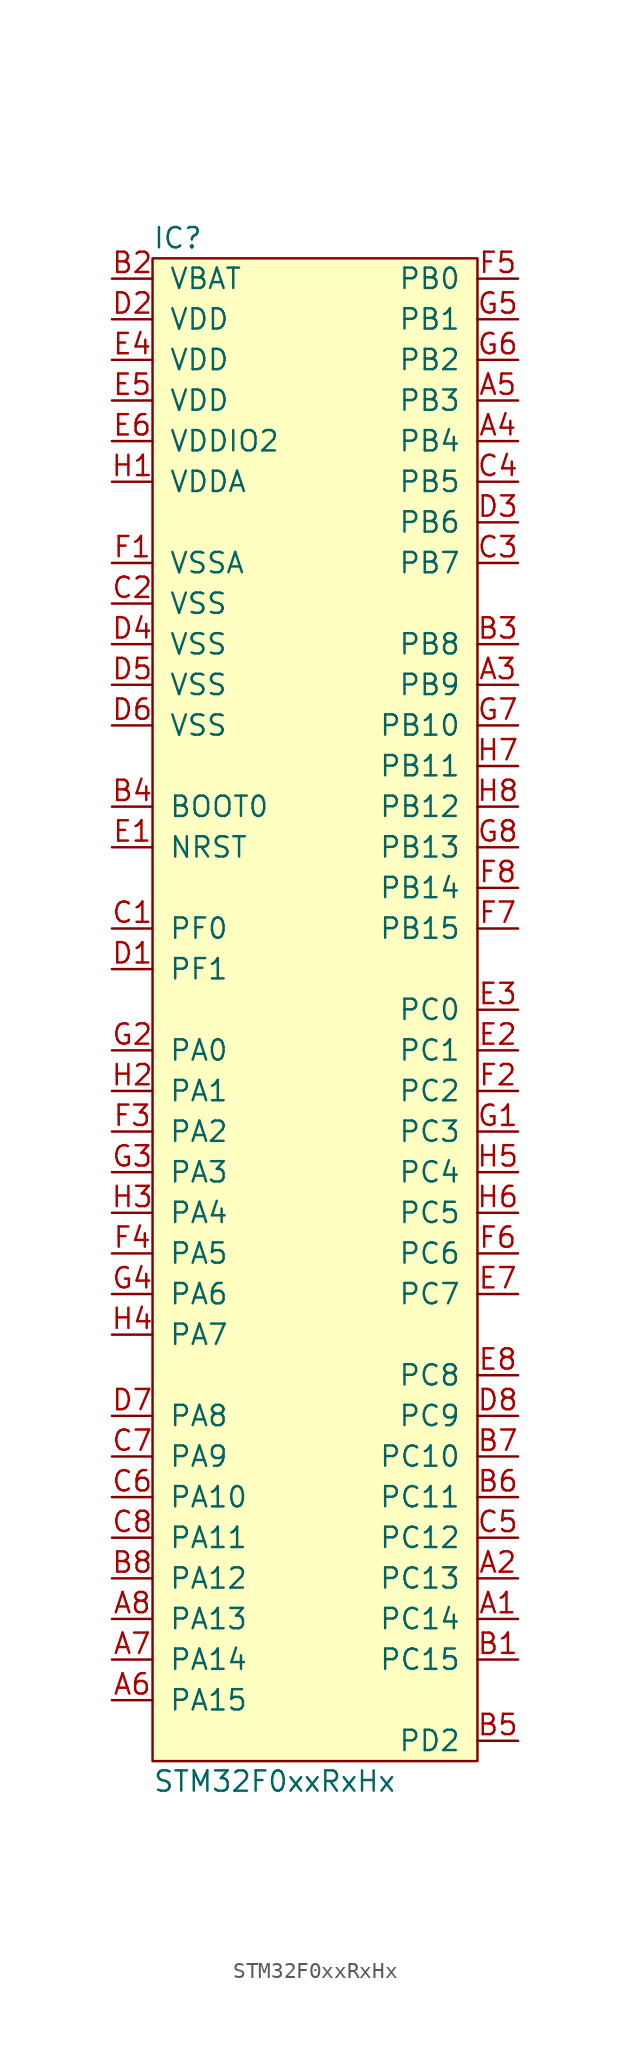
<source format=kicad_sym>
(kicad_symbol_lib
  (version 20211014)
  (generator agg_kicad.build_lib_ic)
  (symbol "STM32F0xxRxHx"
    (pin_names
      (offset 1.016))
    (property Reference IC
      (at -10.16 48.26 0)
      (effects (font (size 1.27 1.27)) (justify left)))
    (property Value "STM32F0xxRxHx"
      (at -10.16 -48.26 0)
      (effects (font (size 1.27 1.27)) (justify left)))
    (symbol "STM32F0xxRxHx_0_0"
      (rectangle (start -10.16 46.99) (end 10.16 -46.99) (stroke (width 0) (type default) (color 0 0 0 0)) (fill (type background)))
      (pin power_in line (at -12.7 45.72 0) (length 2.54) (name VBAT (effects (font (size 1.27 1.27)))) (number "B2" (effects (font (size 1.27 1.27)))))
      (pin power_in line (at -12.7 43.18 0) (length 2.54) (name VDD (effects (font (size 1.27 1.27)))) (number "D2" (effects (font (size 1.27 1.27)))))
      (pin power_in line (at -12.7 40.64 0) (length 2.54) (name VDD (effects (font (size 1.27 1.27)))) (number "E4" (effects (font (size 1.27 1.27)))))
      (pin power_in line (at -12.7 38.1 0) (length 2.54) (name VDD (effects (font (size 1.27 1.27)))) (number "E5" (effects (font (size 1.27 1.27)))))
      (pin power_in line (at -12.7 35.56 0) (length 2.54) (name "VDDIO2" (effects (font (size 1.27 1.27)))) (number "E6" (effects (font (size 1.27 1.27)))))
      (pin power_in line (at -12.7 33.02 0) (length 2.54) (name VDDA (effects (font (size 1.27 1.27)))) (number "H1" (effects (font (size 1.27 1.27)))))
      (pin power_in line (at -12.7 27.94 0) (length 2.54) (name VSSA (effects (font (size 1.27 1.27)))) (number "F1" (effects (font (size 1.27 1.27)))))
      (pin power_in line (at -12.7 25.4 0) (length 2.54) (name VSS (effects (font (size 1.27 1.27)))) (number "C2" (effects (font (size 1.27 1.27)))))
      (pin power_in line (at -12.7 22.86 0) (length 2.54) (name VSS (effects (font (size 1.27 1.27)))) (number "D4" (effects (font (size 1.27 1.27)))))
      (pin power_in line (at -12.7 20.32 0) (length 2.54) (name VSS (effects (font (size 1.27 1.27)))) (number "D5" (effects (font (size 1.27 1.27)))))
      (pin power_in line (at -12.7 17.78 0) (length 2.54) (name VSS (effects (font (size 1.27 1.27)))) (number "D6" (effects (font (size 1.27 1.27)))))
      (pin input line (at -12.7 12.7 0) (length 2.54) (name "BOOT0" (effects (font (size 1.27 1.27)))) (number "B4" (effects (font (size 1.27 1.27)))))
      (pin input line (at -12.7 10.16 0) (length 2.54) (name NRST (effects (font (size 1.27 1.27)))) (number "E1" (effects (font (size 1.27 1.27)))))
      (pin bidirectional line (at -12.7 5.08 0) (length 2.54) (name "PF0" (effects (font (size 1.27 1.27)))) (number "C1" (effects (font (size 1.27 1.27)))))
      (pin bidirectional line (at -12.7 2.54 0) (length 2.54) (name "PF1" (effects (font (size 1.27 1.27)))) (number "D1" (effects (font (size 1.27 1.27)))))
      (pin bidirectional line (at -12.7 -2.54 0) (length 2.54) (name "PA0" (effects (font (size 1.27 1.27)))) (number "G2" (effects (font (size 1.27 1.27)))))
      (pin bidirectional line (at -12.7 -5.08 0) (length 2.54) (name "PA1" (effects (font (size 1.27 1.27)))) (number "H2" (effects (font (size 1.27 1.27)))))
      (pin bidirectional line (at -12.7 -7.62 0) (length 2.54) (name "PA2" (effects (font (size 1.27 1.27)))) (number "F3" (effects (font (size 1.27 1.27)))))
      (pin bidirectional line (at -12.7 -10.16 0) (length 2.54) (name "PA3" (effects (font (size 1.27 1.27)))) (number "G3" (effects (font (size 1.27 1.27)))))
      (pin bidirectional line (at -12.7 -12.7 0) (length 2.54) (name "PA4" (effects (font (size 1.27 1.27)))) (number "H3" (effects (font (size 1.27 1.27)))))
      (pin bidirectional line (at -12.7 -15.24 0) (length 2.54) (name "PA5" (effects (font (size 1.27 1.27)))) (number "F4" (effects (font (size 1.27 1.27)))))
      (pin bidirectional line (at -12.7 -17.78 0) (length 2.54) (name "PA6" (effects (font (size 1.27 1.27)))) (number "G4" (effects (font (size 1.27 1.27)))))
      (pin bidirectional line (at -12.7 -20.32 0) (length 2.54) (name "PA7" (effects (font (size 1.27 1.27)))) (number "H4" (effects (font (size 1.27 1.27)))))
      (pin bidirectional line (at -12.7 -25.4 0) (length 2.54) (name "PA8" (effects (font (size 1.27 1.27)))) (number "D7" (effects (font (size 1.27 1.27)))))
      (pin bidirectional line (at -12.7 -27.94 0) (length 2.54) (name "PA9" (effects (font (size 1.27 1.27)))) (number "C7" (effects (font (size 1.27 1.27)))))
      (pin bidirectional line (at -12.7 -30.48 0) (length 2.54) (name "PA10" (effects (font (size 1.27 1.27)))) (number "C6" (effects (font (size 1.27 1.27)))))
      (pin bidirectional line (at -12.7 -33.02 0) (length 2.54) (name "PA11" (effects (font (size 1.27 1.27)))) (number "C8" (effects (font (size 1.27 1.27)))))
      (pin bidirectional line (at -12.7 -35.56 0) (length 2.54) (name "PA12" (effects (font (size 1.27 1.27)))) (number "B8" (effects (font (size 1.27 1.27)))))
      (pin bidirectional line (at -12.7 -38.1 0) (length 2.54) (name "PA13" (effects (font (size 1.27 1.27)))) (number "A8" (effects (font (size 1.27 1.27)))))
      (pin bidirectional line (at -12.7 -40.64 0) (length 2.54) (name "PA14" (effects (font (size 1.27 1.27)))) (number "A7" (effects (font (size 1.27 1.27)))))
      (pin bidirectional line (at -12.7 -43.18 0) (length 2.54) (name "PA15" (effects (font (size 1.27 1.27)))) (number "A6" (effects (font (size 1.27 1.27)))))
      (pin bidirectional line (at 12.7 45.72 180) (length 2.54) (name "PB0" (effects (font (size 1.27 1.27)))) (number "F5" (effects (font (size 1.27 1.27)))))
      (pin bidirectional line (at 12.7 43.18 180) (length 2.54) (name "PB1" (effects (font (size 1.27 1.27)))) (number "G5" (effects (font (size 1.27 1.27)))))
      (pin bidirectional line (at 12.7 40.64 180) (length 2.54) (name "PB2" (effects (font (size 1.27 1.27)))) (number "G6" (effects (font (size 1.27 1.27)))))
      (pin bidirectional line (at 12.7 38.1 180) (length 2.54) (name "PB3" (effects (font (size 1.27 1.27)))) (number "A5" (effects (font (size 1.27 1.27)))))
      (pin bidirectional line (at 12.7 35.56 180) (length 2.54) (name "PB4" (effects (font (size 1.27 1.27)))) (number "A4" (effects (font (size 1.27 1.27)))))
      (pin bidirectional line (at 12.7 33.02 180) (length 2.54) (name "PB5" (effects (font (size 1.27 1.27)))) (number "C4" (effects (font (size 1.27 1.27)))))
      (pin bidirectional line (at 12.7 30.48 180) (length 2.54) (name "PB6" (effects (font (size 1.27 1.27)))) (number "D3" (effects (font (size 1.27 1.27)))))
      (pin bidirectional line (at 12.7 27.94 180) (length 2.54) (name "PB7" (effects (font (size 1.27 1.27)))) (number "C3" (effects (font (size 1.27 1.27)))))
      (pin bidirectional line (at 12.7 22.86 180) (length 2.54) (name "PB8" (effects (font (size 1.27 1.27)))) (number "B3" (effects (font (size 1.27 1.27)))))
      (pin bidirectional line (at 12.7 20.32 180) (length 2.54) (name "PB9" (effects (font (size 1.27 1.27)))) (number "A3" (effects (font (size 1.27 1.27)))))
      (pin bidirectional line (at 12.7 17.78 180) (length 2.54) (name "PB10" (effects (font (size 1.27 1.27)))) (number "G7" (effects (font (size 1.27 1.27)))))
      (pin bidirectional line (at 12.7 15.24 180) (length 2.54) (name "PB11" (effects (font (size 1.27 1.27)))) (number "H7" (effects (font (size 1.27 1.27)))))
      (pin bidirectional line (at 12.7 12.7 180) (length 2.54) (name "PB12" (effects (font (size 1.27 1.27)))) (number "H8" (effects (font (size 1.27 1.27)))))
      (pin bidirectional line (at 12.7 10.16 180) (length 2.54) (name "PB13" (effects (font (size 1.27 1.27)))) (number "G8" (effects (font (size 1.27 1.27)))))
      (pin bidirectional line (at 12.7 7.62 180) (length 2.54) (name "PB14" (effects (font (size 1.27 1.27)))) (number "F8" (effects (font (size 1.27 1.27)))))
      (pin bidirectional line (at 12.7 5.08 180) (length 2.54) (name "PB15" (effects (font (size 1.27 1.27)))) (number "F7" (effects (font (size 1.27 1.27)))))
      (pin bidirectional line (at 12.7 0 180) (length 2.54) (name "PC0" (effects (font (size 1.27 1.27)))) (number "E3" (effects (font (size 1.27 1.27)))))
      (pin bidirectional line (at 12.7 -2.54 180) (length 2.54) (name "PC1" (effects (font (size 1.27 1.27)))) (number "E2" (effects (font (size 1.27 1.27)))))
      (pin bidirectional line (at 12.7 -5.08 180) (length 2.54) (name "PC2" (effects (font (size 1.27 1.27)))) (number "F2" (effects (font (size 1.27 1.27)))))
      (pin bidirectional line (at 12.7 -7.62 180) (length 2.54) (name "PC3" (effects (font (size 1.27 1.27)))) (number "G1" (effects (font (size 1.27 1.27)))))
      (pin bidirectional line (at 12.7 -10.16 180) (length 2.54) (name "PC4" (effects (font (size 1.27 1.27)))) (number "H5" (effects (font (size 1.27 1.27)))))
      (pin bidirectional line (at 12.7 -12.7 180) (length 2.54) (name "PC5" (effects (font (size 1.27 1.27)))) (number "H6" (effects (font (size 1.27 1.27)))))
      (pin bidirectional line (at 12.7 -15.24 180) (length 2.54) (name "PC6" (effects (font (size 1.27 1.27)))) (number "F6" (effects (font (size 1.27 1.27)))))
      (pin bidirectional line (at 12.7 -17.78 180) (length 2.54) (name "PC7" (effects (font (size 1.27 1.27)))) (number "E7" (effects (font (size 1.27 1.27)))))
      (pin bidirectional line (at 12.7 -22.86 180) (length 2.54) (name "PC8" (effects (font (size 1.27 1.27)))) (number "E8" (effects (font (size 1.27 1.27)))))
      (pin bidirectional line (at 12.7 -25.4 180) (length 2.54) (name "PC9" (effects (font (size 1.27 1.27)))) (number "D8" (effects (font (size 1.27 1.27)))))
      (pin bidirectional line (at 12.7 -27.94 180) (length 2.54) (name "PC10" (effects (font (size 1.27 1.27)))) (number "B7" (effects (font (size 1.27 1.27)))))
      (pin bidirectional line (at 12.7 -30.48 180) (length 2.54) (name "PC11" (effects (font (size 1.27 1.27)))) (number "B6" (effects (font (size 1.27 1.27)))))
      (pin bidirectional line (at 12.7 -33.02 180) (length 2.54) (name "PC12" (effects (font (size 1.27 1.27)))) (number "C5" (effects (font (size 1.27 1.27)))))
      (pin bidirectional line (at 12.7 -35.56 180) (length 2.54) (name "PC13" (effects (font (size 1.27 1.27)))) (number "A2" (effects (font (size 1.27 1.27)))))
      (pin bidirectional line (at 12.7 -38.1 180) (length 2.54) (name "PC14" (effects (font (size 1.27 1.27)))) (number "A1" (effects (font (size 1.27 1.27)))))
      (pin bidirectional line (at 12.7 -40.64 180) (length 2.54) (name "PC15" (effects (font (size 1.27 1.27)))) (number "B1" (effects (font (size 1.27 1.27)))))
      (pin bidirectional line (at 12.7 -45.72 180) (length 2.54) (name "PD2" (effects (font (size 1.27 1.27)))) (number "B5" (effects (font (size 1.27 1.27))))))))
</source>
